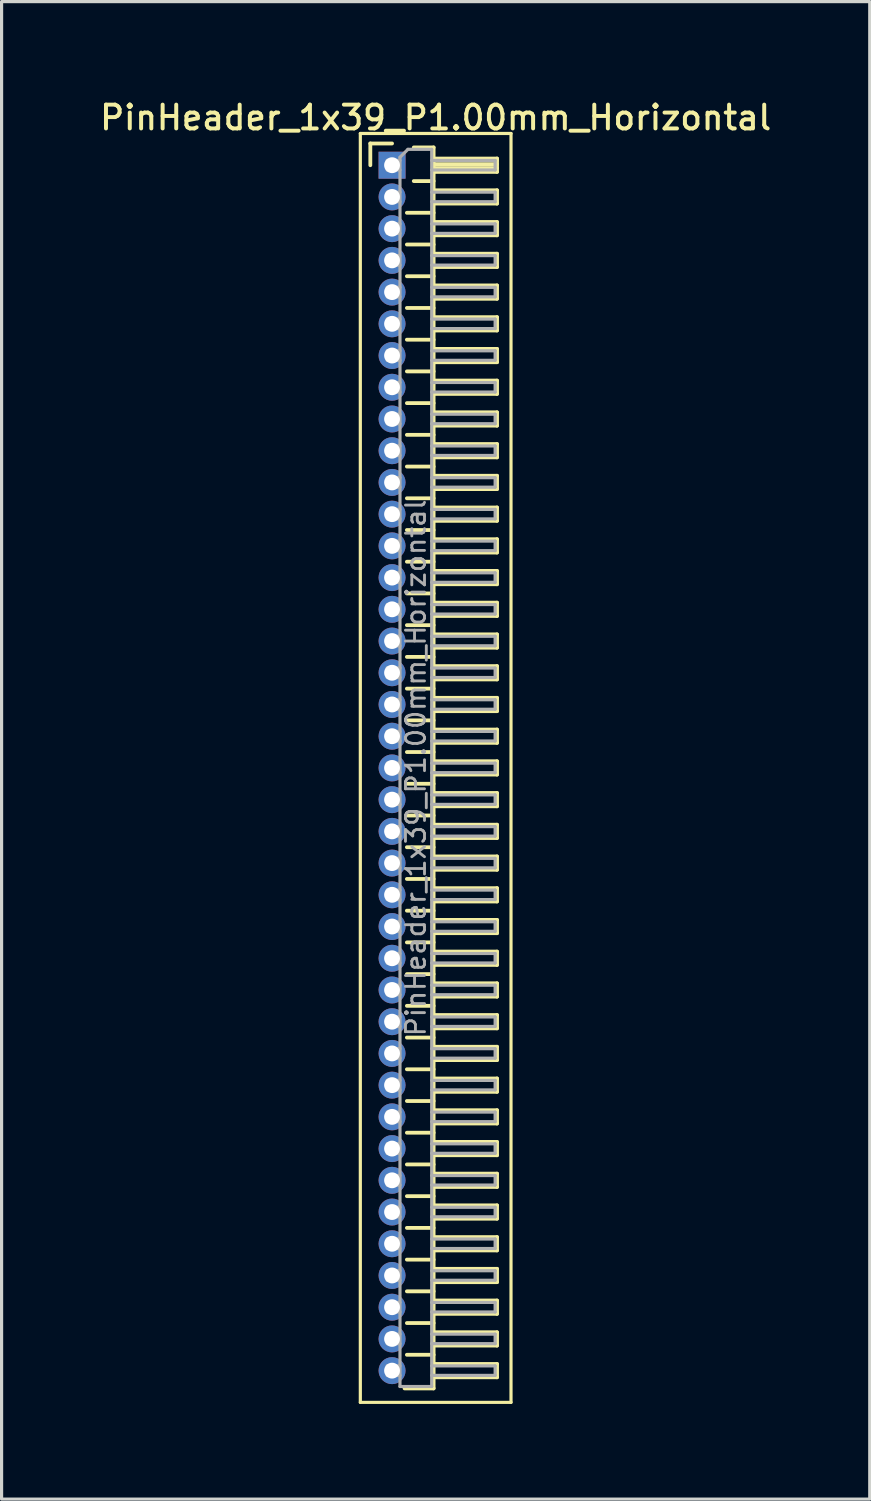
<source format=kicad_pcb>
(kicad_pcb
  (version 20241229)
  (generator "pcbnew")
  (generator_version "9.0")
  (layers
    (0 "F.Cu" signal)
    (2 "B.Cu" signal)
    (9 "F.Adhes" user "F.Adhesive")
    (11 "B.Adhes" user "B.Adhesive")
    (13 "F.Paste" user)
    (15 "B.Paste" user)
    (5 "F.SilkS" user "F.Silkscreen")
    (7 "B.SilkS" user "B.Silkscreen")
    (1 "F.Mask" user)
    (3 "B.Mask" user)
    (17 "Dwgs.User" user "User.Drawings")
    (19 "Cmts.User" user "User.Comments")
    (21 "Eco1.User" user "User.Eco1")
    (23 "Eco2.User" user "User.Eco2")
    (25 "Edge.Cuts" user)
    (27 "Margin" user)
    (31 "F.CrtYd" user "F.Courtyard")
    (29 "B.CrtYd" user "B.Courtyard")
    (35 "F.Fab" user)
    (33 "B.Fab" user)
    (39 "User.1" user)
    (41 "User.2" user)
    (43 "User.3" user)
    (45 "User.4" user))
  (footprint "PinHeader_1x39_P1.00mm_Horizontal"
    (layer "F.Cu")
    (at 9.309 2.158)
    (property "Reference" "PinHeader_1x39_P1.00mm_Horizontal" (at 1.375 -1.5 0) (layer "F.SilkS") (effects (font (size 0.75 0.75) (thickness 0.125))))
    (attr through_hole)
    (fp_line (start -1 -1) (end -1 39) (stroke (width 0.1) (type solid)) (layer "F.SilkS"))
    (fp_line (start -1 39) (end 3.75 39) (stroke (width 0.1) (type solid)) (layer "F.SilkS"))
    (fp_line (start -0.685 -0.685) (end 0 -0.685) (stroke (width 0.12) (type solid)) (layer "F.SilkS"))
    (fp_line (start -0.685 0) (end -0.685 -0.685) (stroke (width 0.12) (type solid)) (layer "F.SilkS"))
    (fp_line (start 0.468 1.5) (end 1.31 1.5) (stroke (width 0.12) (type solid)) (layer "F.SilkS"))
    (fp_line (start 0.468 2.5) (end 1.31 2.5) (stroke (width 0.12) (type solid)) (layer "F.SilkS"))
    (fp_line (start 0.468 3.5) (end 1.31 3.5) (stroke (width 0.12) (type solid)) (layer "F.SilkS"))
    (fp_line (start 0.468 4.5) (end 1.31 4.5) (stroke (width 0.12) (type solid)) (layer "F.SilkS"))
    (fp_line (start 0.468 5.5) (end 1.31 5.5) (stroke (width 0.12) (type solid)) (layer "F.SilkS"))
    (fp_line (start 0.468 6.5) (end 1.31 6.5) (stroke (width 0.12) (type solid)) (layer "F.SilkS"))
    (fp_line (start 0.468 7.5) (end 1.31 7.5) (stroke (width 0.12) (type solid)) (layer "F.SilkS"))
    (fp_line (start 0.468 8.5) (end 1.31 8.5) (stroke (width 0.12) (type solid)) (layer "F.SilkS"))
    (fp_line (start 0.468 9.5) (end 1.31 9.5) (stroke (width 0.12) (type solid)) (layer "F.SilkS"))
    (fp_line (start 0.468 10.5) (end 1.31 10.5) (stroke (width 0.12) (type solid)) (layer "F.SilkS"))
    (fp_line (start 0.468 11.5) (end 1.31 11.5) (stroke (width 0.12) (type solid)) (layer "F.SilkS"))
    (fp_line (start 0.468 12.5) (end 1.31 12.5) (stroke (width 0.12) (type solid)) (layer "F.SilkS"))
    (fp_line (start 0.468 13.5) (end 1.31 13.5) (stroke (width 0.12) (type solid)) (layer "F.SilkS"))
    (fp_line (start 0.468 14.5) (end 1.31 14.5) (stroke (width 0.12) (type solid)) (layer "F.SilkS"))
    (fp_line (start 0.468 15.5) (end 1.31 15.5) (stroke (width 0.12) (type solid)) (layer "F.SilkS"))
    (fp_line (start 0.468 16.5) (end 1.31 16.5) (stroke (width 0.12) (type solid)) (layer "F.SilkS"))
    (fp_line (start 0.468 17.5) (end 1.31 17.5) (stroke (width 0.12) (type solid)) (layer "F.SilkS"))
    (fp_line (start 0.468 18.5) (end 1.31 18.5) (stroke (width 0.12) (type solid)) (layer "F.SilkS"))
    (fp_line (start 0.468 19.5) (end 1.31 19.5) (stroke (width 0.12) (type solid)) (layer "F.SilkS"))
    (fp_line (start 0.468 20.5) (end 1.31 20.5) (stroke (width 0.12) (type solid)) (layer "F.SilkS"))
    (fp_line (start 0.468 21.5) (end 1.31 21.5) (stroke (width 0.12) (type solid)) (layer "F.SilkS"))
    (fp_line (start 0.468 22.5) (end 1.31 22.5) (stroke (width 0.12) (type solid)) (layer "F.SilkS"))
    (fp_line (start 0.468 23.5) (end 1.31 23.5) (stroke (width 0.12) (type solid)) (layer "F.SilkS"))
    (fp_line (start 0.468 24.5) (end 1.31 24.5) (stroke (width 0.12) (type solid)) (layer "F.SilkS"))
    (fp_line (start 0.468 25.5) (end 1.31 25.5) (stroke (width 0.12) (type solid)) (layer "F.SilkS"))
    (fp_line (start 0.468 26.5) (end 1.31 26.5) (stroke (width 0.12) (type solid)) (layer "F.SilkS"))
    (fp_line (start 0.468 27.5) (end 1.31 27.5) (stroke (width 0.12) (type solid)) (layer "F.SilkS"))
    (fp_line (start 0.468 28.5) (end 1.31 28.5) (stroke (width 0.12) (type solid)) (layer "F.SilkS"))
    (fp_line (start 0.468 29.5) (end 1.31 29.5) (stroke (width 0.12) (type solid)) (layer "F.SilkS"))
    (fp_line (start 0.468 30.5) (end 1.31 30.5) (stroke (width 0.12) (type solid)) (layer "F.SilkS"))
    (fp_line (start 0.468 31.5) (end 1.31 31.5) (stroke (width 0.12) (type solid)) (layer "F.SilkS"))
    (fp_line (start 0.468 32.5) (end 1.31 32.5) (stroke (width 0.12) (type solid)) (layer "F.SilkS"))
    (fp_line (start 0.468 33.5) (end 1.31 33.5) (stroke (width 0.12) (type solid)) (layer "F.SilkS"))
    (fp_line (start 0.468 34.5) (end 1.31 34.5) (stroke (width 0.12) (type solid)) (layer "F.SilkS"))
    (fp_line (start 0.468 35.5) (end 1.31 35.5) (stroke (width 0.12) (type solid)) (layer "F.SilkS"))
    (fp_line (start 0.468 36.5) (end 1.31 36.5) (stroke (width 0.12) (type solid)) (layer "F.SilkS"))
    (fp_line (start 0.468 37.5) (end 1.31 37.5) (stroke (width 0.12) (type solid)) (layer "F.SilkS"))
    (fp_line (start 0.685 -0.56) (end 1.31 -0.56) (stroke (width 0.12) (type solid)) (layer "F.SilkS"))
    (fp_line (start 0.685 0.5) (end 1.31 0.5) (stroke (width 0.12) (type solid)) (layer "F.SilkS"))
    (fp_line (start 1.31 -0.56) (end 1.31 38.56) (stroke (width 0.12) (type solid)) (layer "F.SilkS"))
    (fp_line (start 1.31 -0.21) (end 3.31 -0.21) (stroke (width 0.12) (type solid)) (layer "F.SilkS"))
    (fp_line (start 1.31 -0.15) (end 3.31 -0.15) (stroke (width 0.12) (type solid)) (layer "F.SilkS"))
    (fp_line (start 1.31 -0.03) (end 3.31 -0.03) (stroke (width 0.12) (type solid)) (layer "F.SilkS"))
    (fp_line (start 1.31 0.09) (end 3.31 0.09) (stroke (width 0.12) (type solid)) (layer "F.SilkS"))
    (fp_line (start 1.31 0.79) (end 3.31 0.79) (stroke (width 0.12) (type solid)) (layer "F.SilkS"))
    (fp_line (start 1.31 1.79) (end 3.31 1.79) (stroke (width 0.12) (type solid)) (layer "F.SilkS"))
    (fp_line (start 1.31 2.79) (end 3.31 2.79) (stroke (width 0.12) (type solid)) (layer "F.SilkS"))
    (fp_line (start 1.31 3.79) (end 3.31 3.79) (stroke (width 0.12) (type solid)) (layer "F.SilkS"))
    (fp_line (start 1.31 4.79) (end 3.31 4.79) (stroke (width 0.12) (type solid)) (layer "F.SilkS"))
    (fp_line (start 1.31 5.79) (end 3.31 5.79) (stroke (width 0.12) (type solid)) (layer "F.SilkS"))
    (fp_line (start 1.31 6.79) (end 3.31 6.79) (stroke (width 0.12) (type solid)) (layer "F.SilkS"))
    (fp_line (start 1.31 7.79) (end 3.31 7.79) (stroke (width 0.12) (type solid)) (layer "F.SilkS"))
    (fp_line (start 1.31 8.79) (end 3.31 8.79) (stroke (width 0.12) (type solid)) (layer "F.SilkS"))
    (fp_line (start 1.31 9.79) (end 3.31 9.79) (stroke (width 0.12) (type solid)) (layer "F.SilkS"))
    (fp_line (start 1.31 10.79) (end 3.31 10.79) (stroke (width 0.12) (type solid)) (layer "F.SilkS"))
    (fp_line (start 1.31 11.79) (end 3.31 11.79) (stroke (width 0.12) (type solid)) (layer "F.SilkS"))
    (fp_line (start 1.31 12.79) (end 3.31 12.79) (stroke (width 0.12) (type solid)) (layer "F.SilkS"))
    (fp_line (start 1.31 13.79) (end 3.31 13.79) (stroke (width 0.12) (type solid)) (layer "F.SilkS"))
    (fp_line (start 1.31 14.79) (end 3.31 14.79) (stroke (width 0.12) (type solid)) (layer "F.SilkS"))
    (fp_line (start 1.31 15.79) (end 3.31 15.79) (stroke (width 0.12) (type solid)) (layer "F.SilkS"))
    (fp_line (start 1.31 16.79) (end 3.31 16.79) (stroke (width 0.12) (type solid)) (layer "F.SilkS"))
    (fp_line (start 1.31 17.79) (end 3.31 17.79) (stroke (width 0.12) (type solid)) (layer "F.SilkS"))
    (fp_line (start 1.31 18.79) (end 3.31 18.79) (stroke (width 0.12) (type solid)) (layer "F.SilkS"))
    (fp_line (start 1.31 19.79) (end 3.31 19.79) (stroke (width 0.12) (type solid)) (layer "F.SilkS"))
    (fp_line (start 1.31 20.79) (end 3.31 20.79) (stroke (width 0.12) (type solid)) (layer "F.SilkS"))
    (fp_line (start 1.31 21.79) (end 3.31 21.79) (stroke (width 0.12) (type solid)) (layer "F.SilkS"))
    (fp_line (start 1.31 22.79) (end 3.31 22.79) (stroke (width 0.12) (type solid)) (layer "F.SilkS"))
    (fp_line (start 1.31 23.79) (end 3.31 23.79) (stroke (width 0.12) (type solid)) (layer "F.SilkS"))
    (fp_line (start 1.31 24.79) (end 3.31 24.79) (stroke (width 0.12) (type solid)) (layer "F.SilkS"))
    (fp_line (start 1.31 25.79) (end 3.31 25.79) (stroke (width 0.12) (type solid)) (layer "F.SilkS"))
    (fp_line (start 1.31 26.79) (end 3.31 26.79) (stroke (width 0.12) (type solid)) (layer "F.SilkS"))
    (fp_line (start 1.31 27.79) (end 3.31 27.79) (stroke (width 0.12) (type solid)) (layer "F.SilkS"))
    (fp_line (start 1.31 28.79) (end 3.31 28.79) (stroke (width 0.12) (type solid)) (layer "F.SilkS"))
    (fp_line (start 1.31 29.79) (end 3.31 29.79) (stroke (width 0.12) (type solid)) (layer "F.SilkS"))
    (fp_line (start 1.31 30.79) (end 3.31 30.79) (stroke (width 0.12) (type solid)) (layer "F.SilkS"))
    (fp_line (start 1.31 31.79) (end 3.31 31.79) (stroke (width 0.12) (type solid)) (layer "F.SilkS"))
    (fp_line (start 1.31 32.79) (end 3.31 32.79) (stroke (width 0.12) (type solid)) (layer "F.SilkS"))
    (fp_line (start 1.31 33.79) (end 3.31 33.79) (stroke (width 0.12) (type solid)) (layer "F.SilkS"))
    (fp_line (start 1.31 34.79) (end 3.31 34.79) (stroke (width 0.12) (type solid)) (layer "F.SilkS"))
    (fp_line (start 1.31 35.79) (end 3.31 35.79) (stroke (width 0.12) (type solid)) (layer "F.SilkS"))
    (fp_line (start 1.31 36.79) (end 3.31 36.79) (stroke (width 0.12) (type solid)) (layer "F.SilkS"))
    (fp_line (start 1.31 37.79) (end 3.31 37.79) (stroke (width 0.12) (type solid)) (layer "F.SilkS"))
    (fp_line (start 1.31 38.56) (end 0.394 38.56) (stroke (width 0.12) (type solid)) (layer "F.SilkS"))
    (fp_line (start 3.31 -0.21) (end 3.31 0.21) (stroke (width 0.12) (type solid)) (layer "F.SilkS"))
    (fp_line (start 3.31 0.21) (end 1.31 0.21) (stroke (width 0.12) (type solid)) (layer "F.SilkS"))
    (fp_line (start 3.31 0.79) (end 3.31 1.21) (stroke (width 0.12) (type solid)) (layer "F.SilkS"))
    (fp_line (start 3.31 1.21) (end 1.31 1.21) (stroke (width 0.12) (type solid)) (layer "F.SilkS"))
    (fp_line (start 3.31 1.79) (end 3.31 2.21) (stroke (width 0.12) (type solid)) (layer "F.SilkS"))
    (fp_line (start 3.31 2.21) (end 1.31 2.21) (stroke (width 0.12) (type solid)) (layer "F.SilkS"))
    (fp_line (start 3.31 2.79) (end 3.31 3.21) (stroke (width 0.12) (type solid)) (layer "F.SilkS"))
    (fp_line (start 3.31 3.21) (end 1.31 3.21) (stroke (width 0.12) (type solid)) (layer "F.SilkS"))
    (fp_line (start 3.31 3.79) (end 3.31 4.21) (stroke (width 0.12) (type solid)) (layer "F.SilkS"))
    (fp_line (start 3.31 4.21) (end 1.31 4.21) (stroke (width 0.12) (type solid)) (layer "F.SilkS"))
    (fp_line (start 3.31 4.79) (end 3.31 5.21) (stroke (width 0.12) (type solid)) (layer "F.SilkS"))
    (fp_line (start 3.31 5.21) (end 1.31 5.21) (stroke (width 0.12) (type solid)) (layer "F.SilkS"))
    (fp_line (start 3.31 5.79) (end 3.31 6.21) (stroke (width 0.12) (type solid)) (layer "F.SilkS"))
    (fp_line (start 3.31 6.21) (end 1.31 6.21) (stroke (width 0.12) (type solid)) (layer "F.SilkS"))
    (fp_line (start 3.31 6.79) (end 3.31 7.21) (stroke (width 0.12) (type solid)) (layer "F.SilkS"))
    (fp_line (start 3.31 7.21) (end 1.31 7.21) (stroke (width 0.12) (type solid)) (layer "F.SilkS"))
    (fp_line (start 3.31 7.79) (end 3.31 8.21) (stroke (width 0.12) (type solid)) (layer "F.SilkS"))
    (fp_line (start 3.31 8.21) (end 1.31 8.21) (stroke (width 0.12) (type solid)) (layer "F.SilkS"))
    (fp_line (start 3.31 8.79) (end 3.31 9.21) (stroke (width 0.12) (type solid)) (layer "F.SilkS"))
    (fp_line (start 3.31 9.21) (end 1.31 9.21) (stroke (width 0.12) (type solid)) (layer "F.SilkS"))
    (fp_line (start 3.31 9.79) (end 3.31 10.21) (stroke (width 0.12) (type solid)) (layer "F.SilkS"))
    (fp_line (start 3.31 10.21) (end 1.31 10.21) (stroke (width 0.12) (type solid)) (layer "F.SilkS"))
    (fp_line (start 3.31 10.79) (end 3.31 11.21) (stroke (width 0.12) (type solid)) (layer "F.SilkS"))
    (fp_line (start 3.31 11.21) (end 1.31 11.21) (stroke (width 0.12) (type solid)) (layer "F.SilkS"))
    (fp_line (start 3.31 11.79) (end 3.31 12.21) (stroke (width 0.12) (type solid)) (layer "F.SilkS"))
    (fp_line (start 3.31 12.21) (end 1.31 12.21) (stroke (width 0.12) (type solid)) (layer "F.SilkS"))
    (fp_line (start 3.31 12.79) (end 3.31 13.21) (stroke (width 0.12) (type solid)) (layer "F.SilkS"))
    (fp_line (start 3.31 13.21) (end 1.31 13.21) (stroke (width 0.12) (type solid)) (layer "F.SilkS"))
    (fp_line (start 3.31 13.79) (end 3.31 14.21) (stroke (width 0.12) (type solid)) (layer "F.SilkS"))
    (fp_line (start 3.31 14.21) (end 1.31 14.21) (stroke (width 0.12) (type solid)) (layer "F.SilkS"))
    (fp_line (start 3.31 14.79) (end 3.31 15.21) (stroke (width 0.12) (type solid)) (layer "F.SilkS"))
    (fp_line (start 3.31 15.21) (end 1.31 15.21) (stroke (width 0.12) (type solid)) (layer "F.SilkS"))
    (fp_line (start 3.31 15.79) (end 3.31 16.21) (stroke (width 0.12) (type solid)) (layer "F.SilkS"))
    (fp_line (start 3.31 16.21) (end 1.31 16.21) (stroke (width 0.12) (type solid)) (layer "F.SilkS"))
    (fp_line (start 3.31 16.79) (end 3.31 17.21) (stroke (width 0.12) (type solid)) (layer "F.SilkS"))
    (fp_line (start 3.31 17.21) (end 1.31 17.21) (stroke (width 0.12) (type solid)) (layer "F.SilkS"))
    (fp_line (start 3.31 17.79) (end 3.31 18.21) (stroke (width 0.12) (type solid)) (layer "F.SilkS"))
    (fp_line (start 3.31 18.21) (end 1.31 18.21) (stroke (width 0.12) (type solid)) (layer "F.SilkS"))
    (fp_line (start 3.31 18.79) (end 3.31 19.21) (stroke (width 0.12) (type solid)) (layer "F.SilkS"))
    (fp_line (start 3.31 19.21) (end 1.31 19.21) (stroke (width 0.12) (type solid)) (layer "F.SilkS"))
    (fp_line (start 3.31 19.79) (end 3.31 20.21) (stroke (width 0.12) (type solid)) (layer "F.SilkS"))
    (fp_line (start 3.31 20.21) (end 1.31 20.21) (stroke (width 0.12) (type solid)) (layer "F.SilkS"))
    (fp_line (start 3.31 20.79) (end 3.31 21.21) (stroke (width 0.12) (type solid)) (layer "F.SilkS"))
    (fp_line (start 3.31 21.21) (end 1.31 21.21) (stroke (width 0.12) (type solid)) (layer "F.SilkS"))
    (fp_line (start 3.31 21.79) (end 3.31 22.21) (stroke (width 0.12) (type solid)) (layer "F.SilkS"))
    (fp_line (start 3.31 22.21) (end 1.31 22.21) (stroke (width 0.12) (type solid)) (layer "F.SilkS"))
    (fp_line (start 3.31 22.79) (end 3.31 23.21) (stroke (width 0.12) (type solid)) (layer "F.SilkS"))
    (fp_line (start 3.31 23.21) (end 1.31 23.21) (stroke (width 0.12) (type solid)) (layer "F.SilkS"))
    (fp_line (start 3.31 23.79) (end 3.31 24.21) (stroke (width 0.12) (type solid)) (layer "F.SilkS"))
    (fp_line (start 3.31 24.21) (end 1.31 24.21) (stroke (width 0.12) (type solid)) (layer "F.SilkS"))
    (fp_line (start 3.31 24.79) (end 3.31 25.21) (stroke (width 0.12) (type solid)) (layer "F.SilkS"))
    (fp_line (start 3.31 25.21) (end 1.31 25.21) (stroke (width 0.12) (type solid)) (layer "F.SilkS"))
    (fp_line (start 3.31 25.79) (end 3.31 26.21) (stroke (width 0.12) (type solid)) (layer "F.SilkS"))
    (fp_line (start 3.31 26.21) (end 1.31 26.21) (stroke (width 0.12) (type solid)) (layer "F.SilkS"))
    (fp_line (start 3.31 26.79) (end 3.31 27.21) (stroke (width 0.12) (type solid)) (layer "F.SilkS"))
    (fp_line (start 3.31 27.21) (end 1.31 27.21) (stroke (width 0.12) (type solid)) (layer "F.SilkS"))
    (fp_line (start 3.31 27.79) (end 3.31 28.21) (stroke (width 0.12) (type solid)) (layer "F.SilkS"))
    (fp_line (start 3.31 28.21) (end 1.31 28.21) (stroke (width 0.12) (type solid)) (layer "F.SilkS"))
    (fp_line (start 3.31 28.79) (end 3.31 29.21) (stroke (width 0.12) (type solid)) (layer "F.SilkS"))
    (fp_line (start 3.31 29.21) (end 1.31 29.21) (stroke (width 0.12) (type solid)) (layer "F.SilkS"))
    (fp_line (start 3.31 29.79) (end 3.31 30.21) (stroke (width 0.12) (type solid)) (layer "F.SilkS"))
    (fp_line (start 3.31 30.21) (end 1.31 30.21) (stroke (width 0.12) (type solid)) (layer "F.SilkS"))
    (fp_line (start 3.31 30.79) (end 3.31 31.21) (stroke (width 0.12) (type solid)) (layer "F.SilkS"))
    (fp_line (start 3.31 31.21) (end 1.31 31.21) (stroke (width 0.12) (type solid)) (layer "F.SilkS"))
    (fp_line (start 3.31 31.79) (end 3.31 32.21) (stroke (width 0.12) (type solid)) (layer "F.SilkS"))
    (fp_line (start 3.31 32.21) (end 1.31 32.21) (stroke (width 0.12) (type solid)) (layer "F.SilkS"))
    (fp_line (start 3.31 32.79) (end 3.31 33.21) (stroke (width 0.12) (type solid)) (layer "F.SilkS"))
    (fp_line (start 3.31 33.21) (end 1.31 33.21) (stroke (width 0.12) (type solid)) (layer "F.SilkS"))
    (fp_line (start 3.31 33.79) (end 3.31 34.21) (stroke (width 0.12) (type solid)) (layer "F.SilkS"))
    (fp_line (start 3.31 34.21) (end 1.31 34.21) (stroke (width 0.12) (type solid)) (layer "F.SilkS"))
    (fp_line (start 3.31 34.79) (end 3.31 35.21) (stroke (width 0.12) (type solid)) (layer "F.SilkS"))
    (fp_line (start 3.31 35.21) (end 1.31 35.21) (stroke (width 0.12) (type solid)) (layer "F.SilkS"))
    (fp_line (start 3.31 35.79) (end 3.31 36.21) (stroke (width 0.12) (type solid)) (layer "F.SilkS"))
    (fp_line (start 3.31 36.21) (end 1.31 36.21) (stroke (width 0.12) (type solid)) (layer "F.SilkS"))
    (fp_line (start 3.31 36.79) (end 3.31 37.21) (stroke (width 0.12) (type solid)) (layer "F.SilkS"))
    (fp_line (start 3.31 37.21) (end 1.31 37.21) (stroke (width 0.12) (type solid)) (layer "F.SilkS"))
    (fp_line (start 3.31 37.79) (end 3.31 38.21) (stroke (width 0.12) (type solid)) (layer "F.SilkS"))
    (fp_line (start 3.31 38.21) (end 1.31 38.21) (stroke (width 0.12) (type solid)) (layer "F.SilkS"))
    (fp_line (start 3.75 -1) (end -1 -1) (stroke (width 0.1) (type solid)) (layer "F.SilkS"))
    (fp_line (start 3.75 39) (end 3.75 -1) (stroke (width 0.1) (type solid)) (layer "F.SilkS"))
    (fp_line (start -0.15 -0.15) (end -0.15 0.15) (stroke (width 0.1) (type solid)) (layer "F.Fab"))
    (fp_line (start -0.15 -0.15) (end 0.25 -0.15) (stroke (width 0.1) (type solid)) (layer "F.Fab"))
    (fp_line (start -0.15 0.15) (end 0.25 0.15) (stroke (width 0.1) (type solid)) (layer "F.Fab"))
    (fp_line (start -0.15 0.85) (end -0.15 1.15) (stroke (width 0.1) (type solid)) (layer "F.Fab"))
    (fp_line (start -0.15 0.85) (end 0.25 0.85) (stroke (width 0.1) (type solid)) (layer "F.Fab"))
    (fp_line (start -0.15 1.15) (end 0.25 1.15) (stroke (width 0.1) (type solid)) (layer "F.Fab"))
    (fp_line (start -0.15 1.85) (end -0.15 2.15) (stroke (width 0.1) (type solid)) (layer "F.Fab"))
    (fp_line (start -0.15 1.85) (end 0.25 1.85) (stroke (width 0.1) (type solid)) (layer "F.Fab"))
    (fp_line (start -0.15 2.15) (end 0.25 2.15) (stroke (width 0.1) (type solid)) (layer "F.Fab"))
    (fp_line (start -0.15 2.85) (end -0.15 3.15) (stroke (width 0.1) (type solid)) (layer "F.Fab"))
    (fp_line (start -0.15 2.85) (end 0.25 2.85) (stroke (width 0.1) (type solid)) (layer "F.Fab"))
    (fp_line (start -0.15 3.15) (end 0.25 3.15) (stroke (width 0.1) (type solid)) (layer "F.Fab"))
    (fp_line (start -0.15 3.85) (end -0.15 4.15) (stroke (width 0.1) (type solid)) (layer "F.Fab"))
    (fp_line (start -0.15 3.85) (end 0.25 3.85) (stroke (width 0.1) (type solid)) (layer "F.Fab"))
    (fp_line (start -0.15 4.15) (end 0.25 4.15) (stroke (width 0.1) (type solid)) (layer "F.Fab"))
    (fp_line (start -0.15 4.85) (end -0.15 5.15) (stroke (width 0.1) (type solid)) (layer "F.Fab"))
    (fp_line (start -0.15 4.85) (end 0.25 4.85) (stroke (width 0.1) (type solid)) (layer "F.Fab"))
    (fp_line (start -0.15 5.15) (end 0.25 5.15) (stroke (width 0.1) (type solid)) (layer "F.Fab"))
    (fp_line (start -0.15 5.85) (end -0.15 6.15) (stroke (width 0.1) (type solid)) (layer "F.Fab"))
    (fp_line (start -0.15 5.85) (end 0.25 5.85) (stroke (width 0.1) (type solid)) (layer "F.Fab"))
    (fp_line (start -0.15 6.15) (end 0.25 6.15) (stroke (width 0.1) (type solid)) (layer "F.Fab"))
    (fp_line (start -0.15 6.85) (end -0.15 7.15) (stroke (width 0.1) (type solid)) (layer "F.Fab"))
    (fp_line (start -0.15 6.85) (end 0.25 6.85) (stroke (width 0.1) (type solid)) (layer "F.Fab"))
    (fp_line (start -0.15 7.15) (end 0.25 7.15) (stroke (width 0.1) (type solid)) (layer "F.Fab"))
    (fp_line (start -0.15 7.85) (end -0.15 8.15) (stroke (width 0.1) (type solid)) (layer "F.Fab"))
    (fp_line (start -0.15 7.85) (end 0.25 7.85) (stroke (width 0.1) (type solid)) (layer "F.Fab"))
    (fp_line (start -0.15 8.15) (end 0.25 8.15) (stroke (width 0.1) (type solid)) (layer "F.Fab"))
    (fp_line (start -0.15 8.85) (end -0.15 9.15) (stroke (width 0.1) (type solid)) (layer "F.Fab"))
    (fp_line (start -0.15 8.85) (end 0.25 8.85) (stroke (width 0.1) (type solid)) (layer "F.Fab"))
    (fp_line (start -0.15 9.15) (end 0.25 9.15) (stroke (width 0.1) (type solid)) (layer "F.Fab"))
    (fp_line (start -0.15 9.85) (end -0.15 10.15) (stroke (width 0.1) (type solid)) (layer "F.Fab"))
    (fp_line (start -0.15 9.85) (end 0.25 9.85) (stroke (width 0.1) (type solid)) (layer "F.Fab"))
    (fp_line (start -0.15 10.15) (end 0.25 10.15) (stroke (width 0.1) (type solid)) (layer "F.Fab"))
    (fp_line (start -0.15 10.85) (end -0.15 11.15) (stroke (width 0.1) (type solid)) (layer "F.Fab"))
    (fp_line (start -0.15 10.85) (end 0.25 10.85) (stroke (width 0.1) (type solid)) (layer "F.Fab"))
    (fp_line (start -0.15 11.15) (end 0.25 11.15) (stroke (width 0.1) (type solid)) (layer "F.Fab"))
    (fp_line (start -0.15 11.85) (end -0.15 12.15) (stroke (width 0.1) (type solid)) (layer "F.Fab"))
    (fp_line (start -0.15 11.85) (end 0.25 11.85) (stroke (width 0.1) (type solid)) (layer "F.Fab"))
    (fp_line (start -0.15 12.15) (end 0.25 12.15) (stroke (width 0.1) (type solid)) (layer "F.Fab"))
    (fp_line (start -0.15 12.85) (end -0.15 13.15) (stroke (width 0.1) (type solid)) (layer "F.Fab"))
    (fp_line (start -0.15 12.85) (end 0.25 12.85) (stroke (width 0.1) (type solid)) (layer "F.Fab"))
    (fp_line (start -0.15 13.15) (end 0.25 13.15) (stroke (width 0.1) (type solid)) (layer "F.Fab"))
    (fp_line (start -0.15 13.85) (end -0.15 14.15) (stroke (width 0.1) (type solid)) (layer "F.Fab"))
    (fp_line (start -0.15 13.85) (end 0.25 13.85) (stroke (width 0.1) (type solid)) (layer "F.Fab"))
    (fp_line (start -0.15 14.15) (end 0.25 14.15) (stroke (width 0.1) (type solid)) (layer "F.Fab"))
    (fp_line (start -0.15 14.85) (end -0.15 15.15) (stroke (width 0.1) (type solid)) (layer "F.Fab"))
    (fp_line (start -0.15 14.85) (end 0.25 14.85) (stroke (width 0.1) (type solid)) (layer "F.Fab"))
    (fp_line (start -0.15 15.15) (end 0.25 15.15) (stroke (width 0.1) (type solid)) (layer "F.Fab"))
    (fp_line (start -0.15 15.85) (end -0.15 16.15) (stroke (width 0.1) (type solid)) (layer "F.Fab"))
    (fp_line (start -0.15 15.85) (end 0.25 15.85) (stroke (width 0.1) (type solid)) (layer "F.Fab"))
    (fp_line (start -0.15 16.15) (end 0.25 16.15) (stroke (width 0.1) (type solid)) (layer "F.Fab"))
    (fp_line (start -0.15 16.85) (end -0.15 17.15) (stroke (width 0.1) (type solid)) (layer "F.Fab"))
    (fp_line (start -0.15 16.85) (end 0.25 16.85) (stroke (width 0.1) (type solid)) (layer "F.Fab"))
    (fp_line (start -0.15 17.15) (end 0.25 17.15) (stroke (width 0.1) (type solid)) (layer "F.Fab"))
    (fp_line (start -0.15 17.85) (end -0.15 18.15) (stroke (width 0.1) (type solid)) (layer "F.Fab"))
    (fp_line (start -0.15 17.85) (end 0.25 17.85) (stroke (width 0.1) (type solid)) (layer "F.Fab"))
    (fp_line (start -0.15 18.15) (end 0.25 18.15) (stroke (width 0.1) (type solid)) (layer "F.Fab"))
    (fp_line (start -0.15 18.85) (end -0.15 19.15) (stroke (width 0.1) (type solid)) (layer "F.Fab"))
    (fp_line (start -0.15 18.85) (end 0.25 18.85) (stroke (width 0.1) (type solid)) (layer "F.Fab"))
    (fp_line (start -0.15 19.15) (end 0.25 19.15) (stroke (width 0.1) (type solid)) (layer "F.Fab"))
    (fp_line (start -0.15 19.85) (end -0.15 20.15) (stroke (width 0.1) (type solid)) (layer "F.Fab"))
    (fp_line (start -0.15 19.85) (end 0.25 19.85) (stroke (width 0.1) (type solid)) (layer "F.Fab"))
    (fp_line (start -0.15 20.15) (end 0.25 20.15) (stroke (width 0.1) (type solid)) (layer "F.Fab"))
    (fp_line (start -0.15 20.85) (end -0.15 21.15) (stroke (width 0.1) (type solid)) (layer "F.Fab"))
    (fp_line (start -0.15 20.85) (end 0.25 20.85) (stroke (width 0.1) (type solid)) (layer "F.Fab"))
    (fp_line (start -0.15 21.15) (end 0.25 21.15) (stroke (width 0.1) (type solid)) (layer "F.Fab"))
    (fp_line (start -0.15 21.85) (end -0.15 22.15) (stroke (width 0.1) (type solid)) (layer "F.Fab"))
    (fp_line (start -0.15 21.85) (end 0.25 21.85) (stroke (width 0.1) (type solid)) (layer "F.Fab"))
    (fp_line (start -0.15 22.15) (end 0.25 22.15) (stroke (width 0.1) (type solid)) (layer "F.Fab"))
    (fp_line (start -0.15 22.85) (end -0.15 23.15) (stroke (width 0.1) (type solid)) (layer "F.Fab"))
    (fp_line (start -0.15 22.85) (end 0.25 22.85) (stroke (width 0.1) (type solid)) (layer "F.Fab"))
    (fp_line (start -0.15 23.15) (end 0.25 23.15) (stroke (width 0.1) (type solid)) (layer "F.Fab"))
    (fp_line (start -0.15 23.85) (end -0.15 24.15) (stroke (width 0.1) (type solid)) (layer "F.Fab"))
    (fp_line (start -0.15 23.85) (end 0.25 23.85) (stroke (width 0.1) (type solid)) (layer "F.Fab"))
    (fp_line (start -0.15 24.15) (end 0.25 24.15) (stroke (width 0.1) (type solid)) (layer "F.Fab"))
    (fp_line (start -0.15 24.85) (end -0.15 25.15) (stroke (width 0.1) (type solid)) (layer "F.Fab"))
    (fp_line (start -0.15 24.85) (end 0.25 24.85) (stroke (width 0.1) (type solid)) (layer "F.Fab"))
    (fp_line (start -0.15 25.15) (end 0.25 25.15) (stroke (width 0.1) (type solid)) (layer "F.Fab"))
    (fp_line (start -0.15 25.85) (end -0.15 26.15) (stroke (width 0.1) (type solid)) (layer "F.Fab"))
    (fp_line (start -0.15 25.85) (end 0.25 25.85) (stroke (width 0.1) (type solid)) (layer "F.Fab"))
    (fp_line (start -0.15 26.15) (end 0.25 26.15) (stroke (width 0.1) (type solid)) (layer "F.Fab"))
    (fp_line (start -0.15 26.85) (end -0.15 27.15) (stroke (width 0.1) (type solid)) (layer "F.Fab"))
    (fp_line (start -0.15 26.85) (end 0.25 26.85) (stroke (width 0.1) (type solid)) (layer "F.Fab"))
    (fp_line (start -0.15 27.15) (end 0.25 27.15) (stroke (width 0.1) (type solid)) (layer "F.Fab"))
    (fp_line (start -0.15 27.85) (end -0.15 28.15) (stroke (width 0.1) (type solid)) (layer "F.Fab"))
    (fp_line (start -0.15 27.85) (end 0.25 27.85) (stroke (width 0.1) (type solid)) (layer "F.Fab"))
    (fp_line (start -0.15 28.15) (end 0.25 28.15) (stroke (width 0.1) (type solid)) (layer "F.Fab"))
    (fp_line (start -0.15 28.85) (end -0.15 29.15) (stroke (width 0.1) (type solid)) (layer "F.Fab"))
    (fp_line (start -0.15 28.85) (end 0.25 28.85) (stroke (width 0.1) (type solid)) (layer "F.Fab"))
    (fp_line (start -0.15 29.15) (end 0.25 29.15) (stroke (width 0.1) (type solid)) (layer "F.Fab"))
    (fp_line (start -0.15 29.85) (end -0.15 30.15) (stroke (width 0.1) (type solid)) (layer "F.Fab"))
    (fp_line (start -0.15 29.85) (end 0.25 29.85) (stroke (width 0.1) (type solid)) (layer "F.Fab"))
    (fp_line (start -0.15 30.15) (end 0.25 30.15) (stroke (width 0.1) (type solid)) (layer "F.Fab"))
    (fp_line (start -0.15 30.85) (end -0.15 31.15) (stroke (width 0.1) (type solid)) (layer "F.Fab"))
    (fp_line (start -0.15 30.85) (end 0.25 30.85) (stroke (width 0.1) (type solid)) (layer "F.Fab"))
    (fp_line (start -0.15 31.15) (end 0.25 31.15) (stroke (width 0.1) (type solid)) (layer "F.Fab"))
    (fp_line (start -0.15 31.85) (end -0.15 32.15) (stroke (width 0.1) (type solid)) (layer "F.Fab"))
    (fp_line (start -0.15 31.85) (end 0.25 31.85) (stroke (width 0.1) (type solid)) (layer "F.Fab"))
    (fp_line (start -0.15 32.15) (end 0.25 32.15) (stroke (width 0.1) (type solid)) (layer "F.Fab"))
    (fp_line (start -0.15 32.85) (end -0.15 33.15) (stroke (width 0.1) (type solid)) (layer "F.Fab"))
    (fp_line (start -0.15 32.85) (end 0.25 32.85) (stroke (width 0.1) (type solid)) (layer "F.Fab"))
    (fp_line (start -0.15 33.15) (end 0.25 33.15) (stroke (width 0.1) (type solid)) (layer "F.Fab"))
    (fp_line (start -0.15 33.85) (end -0.15 34.15) (stroke (width 0.1) (type solid)) (layer "F.Fab"))
    (fp_line (start -0.15 33.85) (end 0.25 33.85) (stroke (width 0.1) (type solid)) (layer "F.Fab"))
    (fp_line (start -0.15 34.15) (end 0.25 34.15) (stroke (width 0.1) (type solid)) (layer "F.Fab"))
    (fp_line (start -0.15 34.85) (end -0.15 35.15) (stroke (width 0.1) (type solid)) (layer "F.Fab"))
    (fp_line (start -0.15 34.85) (end 0.25 34.85) (stroke (width 0.1) (type solid)) (layer "F.Fab"))
    (fp_line (start -0.15 35.15) (end 0.25 35.15) (stroke (width 0.1) (type solid)) (layer "F.Fab"))
    (fp_line (start -0.15 35.85) (end -0.15 36.15) (stroke (width 0.1) (type solid)) (layer "F.Fab"))
    (fp_line (start -0.15 35.85) (end 0.25 35.85) (stroke (width 0.1) (type solid)) (layer "F.Fab"))
    (fp_line (start -0.15 36.15) (end 0.25 36.15) (stroke (width 0.1) (type solid)) (layer "F.Fab"))
    (fp_line (start -0.15 36.85) (end -0.15 37.15) (stroke (width 0.1) (type solid)) (layer "F.Fab"))
    (fp_line (start -0.15 36.85) (end 0.25 36.85) (stroke (width 0.1) (type solid)) (layer "F.Fab"))
    (fp_line (start -0.15 37.15) (end 0.25 37.15) (stroke (width 0.1) (type solid)) (layer "F.Fab"))
    (fp_line (start -0.15 37.85) (end -0.15 38.15) (stroke (width 0.1) (type solid)) (layer "F.Fab"))
    (fp_line (start -0.15 37.85) (end 0.25 37.85) (stroke (width 0.1) (type solid)) (layer "F.Fab"))
    (fp_line (start -0.15 38.15) (end 0.25 38.15) (stroke (width 0.1) (type solid)) (layer "F.Fab"))
    (fp_line (start 0.25 -0.25) (end 0.5 -0.5) (stroke (width 0.1) (type solid)) (layer "F.Fab"))
    (fp_line (start 0.25 38.5) (end 0.25 -0.25) (stroke (width 0.1) (type solid)) (layer "F.Fab"))
    (fp_line (start 0.5 -0.5) (end 1.25 -0.5) (stroke (width 0.1) (type solid)) (layer "F.Fab"))
    (fp_line (start 1.25 -0.5) (end 1.25 38.5) (stroke (width 0.1) (type solid)) (layer "F.Fab"))
    (fp_line (start 1.25 -0.15) (end 3.25 -0.15) (stroke (width 0.1) (type solid)) (layer "F.Fab"))
    (fp_line (start 1.25 0.15) (end 3.25 0.15) (stroke (width 0.1) (type solid)) (layer "F.Fab"))
    (fp_line (start 1.25 0.85) (end 3.25 0.85) (stroke (width 0.1) (type solid)) (layer "F.Fab"))
    (fp_line (start 1.25 1.15) (end 3.25 1.15) (stroke (width 0.1) (type solid)) (layer "F.Fab"))
    (fp_line (start 1.25 1.85) (end 3.25 1.85) (stroke (width 0.1) (type solid)) (layer "F.Fab"))
    (fp_line (start 1.25 2.15) (end 3.25 2.15) (stroke (width 0.1) (type solid)) (layer "F.Fab"))
    (fp_line (start 1.25 2.85) (end 3.25 2.85) (stroke (width 0.1) (type solid)) (layer "F.Fab"))
    (fp_line (start 1.25 3.15) (end 3.25 3.15) (stroke (width 0.1) (type solid)) (layer "F.Fab"))
    (fp_line (start 1.25 3.85) (end 3.25 3.85) (stroke (width 0.1) (type solid)) (layer "F.Fab"))
    (fp_line (start 1.25 4.15) (end 3.25 4.15) (stroke (width 0.1) (type solid)) (layer "F.Fab"))
    (fp_line (start 1.25 4.85) (end 3.25 4.85) (stroke (width 0.1) (type solid)) (layer "F.Fab"))
    (fp_line (start 1.25 5.15) (end 3.25 5.15) (stroke (width 0.1) (type solid)) (layer "F.Fab"))
    (fp_line (start 1.25 5.85) (end 3.25 5.85) (stroke (width 0.1) (type solid)) (layer "F.Fab"))
    (fp_line (start 1.25 6.15) (end 3.25 6.15) (stroke (width 0.1) (type solid)) (layer "F.Fab"))
    (fp_line (start 1.25 6.85) (end 3.25 6.85) (stroke (width 0.1) (type solid)) (layer "F.Fab"))
    (fp_line (start 1.25 7.15) (end 3.25 7.15) (stroke (width 0.1) (type solid)) (layer "F.Fab"))
    (fp_line (start 1.25 7.85) (end 3.25 7.85) (stroke (width 0.1) (type solid)) (layer "F.Fab"))
    (fp_line (start 1.25 8.15) (end 3.25 8.15) (stroke (width 0.1) (type solid)) (layer "F.Fab"))
    (fp_line (start 1.25 8.85) (end 3.25 8.85) (stroke (width 0.1) (type solid)) (layer "F.Fab"))
    (fp_line (start 1.25 9.15) (end 3.25 9.15) (stroke (width 0.1) (type solid)) (layer "F.Fab"))
    (fp_line (start 1.25 9.85) (end 3.25 9.85) (stroke (width 0.1) (type solid)) (layer "F.Fab"))
    (fp_line (start 1.25 10.15) (end 3.25 10.15) (stroke (width 0.1) (type solid)) (layer "F.Fab"))
    (fp_line (start 1.25 10.85) (end 3.25 10.85) (stroke (width 0.1) (type solid)) (layer "F.Fab"))
    (fp_line (start 1.25 11.15) (end 3.25 11.15) (stroke (width 0.1) (type solid)) (layer "F.Fab"))
    (fp_line (start 1.25 11.85) (end 3.25 11.85) (stroke (width 0.1) (type solid)) (layer "F.Fab"))
    (fp_line (start 1.25 12.15) (end 3.25 12.15) (stroke (width 0.1) (type solid)) (layer "F.Fab"))
    (fp_line (start 1.25 12.85) (end 3.25 12.85) (stroke (width 0.1) (type solid)) (layer "F.Fab"))
    (fp_line (start 1.25 13.15) (end 3.25 13.15) (stroke (width 0.1) (type solid)) (layer "F.Fab"))
    (fp_line (start 1.25 13.85) (end 3.25 13.85) (stroke (width 0.1) (type solid)) (layer "F.Fab"))
    (fp_line (start 1.25 14.15) (end 3.25 14.15) (stroke (width 0.1) (type solid)) (layer "F.Fab"))
    (fp_line (start 1.25 14.85) (end 3.25 14.85) (stroke (width 0.1) (type solid)) (layer "F.Fab"))
    (fp_line (start 1.25 15.15) (end 3.25 15.15) (stroke (width 0.1) (type solid)) (layer "F.Fab"))
    (fp_line (start 1.25 15.85) (end 3.25 15.85) (stroke (width 0.1) (type solid)) (layer "F.Fab"))
    (fp_line (start 1.25 16.15) (end 3.25 16.15) (stroke (width 0.1) (type solid)) (layer "F.Fab"))
    (fp_line (start 1.25 16.85) (end 3.25 16.85) (stroke (width 0.1) (type solid)) (layer "F.Fab"))
    (fp_line (start 1.25 17.15) (end 3.25 17.15) (stroke (width 0.1) (type solid)) (layer "F.Fab"))
    (fp_line (start 1.25 17.85) (end 3.25 17.85) (stroke (width 0.1) (type solid)) (layer "F.Fab"))
    (fp_line (start 1.25 18.15) (end 3.25 18.15) (stroke (width 0.1) (type solid)) (layer "F.Fab"))
    (fp_line (start 1.25 18.85) (end 3.25 18.85) (stroke (width 0.1) (type solid)) (layer "F.Fab"))
    (fp_line (start 1.25 19.15) (end 3.25 19.15) (stroke (width 0.1) (type solid)) (layer "F.Fab"))
    (fp_line (start 1.25 19.85) (end 3.25 19.85) (stroke (width 0.1) (type solid)) (layer "F.Fab"))
    (fp_line (start 1.25 20.15) (end 3.25 20.15) (stroke (width 0.1) (type solid)) (layer "F.Fab"))
    (fp_line (start 1.25 20.85) (end 3.25 20.85) (stroke (width 0.1) (type solid)) (layer "F.Fab"))
    (fp_line (start 1.25 21.15) (end 3.25 21.15) (stroke (width 0.1) (type solid)) (layer "F.Fab"))
    (fp_line (start 1.25 21.85) (end 3.25 21.85) (stroke (width 0.1) (type solid)) (layer "F.Fab"))
    (fp_line (start 1.25 22.15) (end 3.25 22.15) (stroke (width 0.1) (type solid)) (layer "F.Fab"))
    (fp_line (start 1.25 22.85) (end 3.25 22.85) (stroke (width 0.1) (type solid)) (layer "F.Fab"))
    (fp_line (start 1.25 23.15) (end 3.25 23.15) (stroke (width 0.1) (type solid)) (layer "F.Fab"))
    (fp_line (start 1.25 23.85) (end 3.25 23.85) (stroke (width 0.1) (type solid)) (layer "F.Fab"))
    (fp_line (start 1.25 24.15) (end 3.25 24.15) (stroke (width 0.1) (type solid)) (layer "F.Fab"))
    (fp_line (start 1.25 24.85) (end 3.25 24.85) (stroke (width 0.1) (type solid)) (layer "F.Fab"))
    (fp_line (start 1.25 25.15) (end 3.25 25.15) (stroke (width 0.1) (type solid)) (layer "F.Fab"))
    (fp_line (start 1.25 25.85) (end 3.25 25.85) (stroke (width 0.1) (type solid)) (layer "F.Fab"))
    (fp_line (start 1.25 26.15) (end 3.25 26.15) (stroke (width 0.1) (type solid)) (layer "F.Fab"))
    (fp_line (start 1.25 26.85) (end 3.25 26.85) (stroke (width 0.1) (type solid)) (layer "F.Fab"))
    (fp_line (start 1.25 27.15) (end 3.25 27.15) (stroke (width 0.1) (type solid)) (layer "F.Fab"))
    (fp_line (start 1.25 27.85) (end 3.25 27.85) (stroke (width 0.1) (type solid)) (layer "F.Fab"))
    (fp_line (start 1.25 28.15) (end 3.25 28.15) (stroke (width 0.1) (type solid)) (layer "F.Fab"))
    (fp_line (start 1.25 28.85) (end 3.25 28.85) (stroke (width 0.1) (type solid)) (layer "F.Fab"))
    (fp_line (start 1.25 29.15) (end 3.25 29.15) (stroke (width 0.1) (type solid)) (layer "F.Fab"))
    (fp_line (start 1.25 29.85) (end 3.25 29.85) (stroke (width 0.1) (type solid)) (layer "F.Fab"))
    (fp_line (start 1.25 30.15) (end 3.25 30.15) (stroke (width 0.1) (type solid)) (layer "F.Fab"))
    (fp_line (start 1.25 30.85) (end 3.25 30.85) (stroke (width 0.1) (type solid)) (layer "F.Fab"))
    (fp_line (start 1.25 31.15) (end 3.25 31.15) (stroke (width 0.1) (type solid)) (layer "F.Fab"))
    (fp_line (start 1.25 31.85) (end 3.25 31.85) (stroke (width 0.1) (type solid)) (layer "F.Fab"))
    (fp_line (start 1.25 32.15) (end 3.25 32.15) (stroke (width 0.1) (type solid)) (layer "F.Fab"))
    (fp_line (start 1.25 32.85) (end 3.25 32.85) (stroke (width 0.1) (type solid)) (layer "F.Fab"))
    (fp_line (start 1.25 33.15) (end 3.25 33.15) (stroke (width 0.1) (type solid)) (layer "F.Fab"))
    (fp_line (start 1.25 33.85) (end 3.25 33.85) (stroke (width 0.1) (type solid)) (layer "F.Fab"))
    (fp_line (start 1.25 34.15) (end 3.25 34.15) (stroke (width 0.1) (type solid)) (layer "F.Fab"))
    (fp_line (start 1.25 34.85) (end 3.25 34.85) (stroke (width 0.1) (type solid)) (layer "F.Fab"))
    (fp_line (start 1.25 35.15) (end 3.25 35.15) (stroke (width 0.1) (type solid)) (layer "F.Fab"))
    (fp_line (start 1.25 35.85) (end 3.25 35.85) (stroke (width 0.1) (type solid)) (layer "F.Fab"))
    (fp_line (start 1.25 36.15) (end 3.25 36.15) (stroke (width 0.1) (type solid)) (layer "F.Fab"))
    (fp_line (start 1.25 36.85) (end 3.25 36.85) (stroke (width 0.1) (type solid)) (layer "F.Fab"))
    (fp_line (start 1.25 37.15) (end 3.25 37.15) (stroke (width 0.1) (type solid)) (layer "F.Fab"))
    (fp_line (start 1.25 37.85) (end 3.25 37.85) (stroke (width 0.1) (type solid)) (layer "F.Fab"))
    (fp_line (start 1.25 38.15) (end 3.25 38.15) (stroke (width 0.1) (type solid)) (layer "F.Fab"))
    (fp_line (start 1.25 38.5) (end 0.25 38.5) (stroke (width 0.1) (type solid)) (layer "F.Fab"))
    (fp_line (start 3.25 -0.15) (end 3.25 0.15) (stroke (width 0.1) (type solid)) (layer "F.Fab"))
    (fp_line (start 3.25 0.85) (end 3.25 1.15) (stroke (width 0.1) (type solid)) (layer "F.Fab"))
    (fp_line (start 3.25 1.85) (end 3.25 2.15) (stroke (width 0.1) (type solid)) (layer "F.Fab"))
    (fp_line (start 3.25 2.85) (end 3.25 3.15) (stroke (width 0.1) (type solid)) (layer "F.Fab"))
    (fp_line (start 3.25 3.85) (end 3.25 4.15) (stroke (width 0.1) (type solid)) (layer "F.Fab"))
    (fp_line (start 3.25 4.85) (end 3.25 5.15) (stroke (width 0.1) (type solid)) (layer "F.Fab"))
    (fp_line (start 3.25 5.85) (end 3.25 6.15) (stroke (width 0.1) (type solid)) (layer "F.Fab"))
    (fp_line (start 3.25 6.85) (end 3.25 7.15) (stroke (width 0.1) (type solid)) (layer "F.Fab"))
    (fp_line (start 3.25 7.85) (end 3.25 8.15) (stroke (width 0.1) (type solid)) (layer "F.Fab"))
    (fp_line (start 3.25 8.85) (end 3.25 9.15) (stroke (width 0.1) (type solid)) (layer "F.Fab"))
    (fp_line (start 3.25 9.85) (end 3.25 10.15) (stroke (width 0.1) (type solid)) (layer "F.Fab"))
    (fp_line (start 3.25 10.85) (end 3.25 11.15) (stroke (width 0.1) (type solid)) (layer "F.Fab"))
    (fp_line (start 3.25 11.85) (end 3.25 12.15) (stroke (width 0.1) (type solid)) (layer "F.Fab"))
    (fp_line (start 3.25 12.85) (end 3.25 13.15) (stroke (width 0.1) (type solid)) (layer "F.Fab"))
    (fp_line (start 3.25 13.85) (end 3.25 14.15) (stroke (width 0.1) (type solid)) (layer "F.Fab"))
    (fp_line (start 3.25 14.85) (end 3.25 15.15) (stroke (width 0.1) (type solid)) (layer "F.Fab"))
    (fp_line (start 3.25 15.85) (end 3.25 16.15) (stroke (width 0.1) (type solid)) (layer "F.Fab"))
    (fp_line (start 3.25 16.85) (end 3.25 17.15) (stroke (width 0.1) (type solid)) (layer "F.Fab"))
    (fp_line (start 3.25 17.85) (end 3.25 18.15) (stroke (width 0.1) (type solid)) (layer "F.Fab"))
    (fp_line (start 3.25 18.85) (end 3.25 19.15) (stroke (width 0.1) (type solid)) (layer "F.Fab"))
    (fp_line (start 3.25 19.85) (end 3.25 20.15) (stroke (width 0.1) (type solid)) (layer "F.Fab"))
    (fp_line (start 3.25 20.85) (end 3.25 21.15) (stroke (width 0.1) (type solid)) (layer "F.Fab"))
    (fp_line (start 3.25 21.85) (end 3.25 22.15) (stroke (width 0.1) (type solid)) (layer "F.Fab"))
    (fp_line (start 3.25 22.85) (end 3.25 23.15) (stroke (width 0.1) (type solid)) (layer "F.Fab"))
    (fp_line (start 3.25 23.85) (end 3.25 24.15) (stroke (width 0.1) (type solid)) (layer "F.Fab"))
    (fp_line (start 3.25 24.85) (end 3.25 25.15) (stroke (width 0.1) (type solid)) (layer "F.Fab"))
    (fp_line (start 3.25 25.85) (end 3.25 26.15) (stroke (width 0.1) (type solid)) (layer "F.Fab"))
    (fp_line (start 3.25 26.85) (end 3.25 27.15) (stroke (width 0.1) (type solid)) (layer "F.Fab"))
    (fp_line (start 3.25 27.85) (end 3.25 28.15) (stroke (width 0.1) (type solid)) (layer "F.Fab"))
    (fp_line (start 3.25 28.85) (end 3.25 29.15) (stroke (width 0.1) (type solid)) (layer "F.Fab"))
    (fp_line (start 3.25 29.85) (end 3.25 30.15) (stroke (width 0.1) (type solid)) (layer "F.Fab"))
    (fp_line (start 3.25 30.85) (end 3.25 31.15) (stroke (width 0.1) (type solid)) (layer "F.Fab"))
    (fp_line (start 3.25 31.85) (end 3.25 32.15) (stroke (width 0.1) (type solid)) (layer "F.Fab"))
    (fp_line (start 3.25 32.85) (end 3.25 33.15) (stroke (width 0.1) (type solid)) (layer "F.Fab"))
    (fp_line (start 3.25 33.85) (end 3.25 34.15) (stroke (width 0.1) (type solid)) (layer "F.Fab"))
    (fp_line (start 3.25 34.85) (end 3.25 35.15) (stroke (width 0.1) (type solid)) (layer "F.Fab"))
    (fp_line (start 3.25 35.85) (end 3.25 36.15) (stroke (width 0.1) (type solid)) (layer "F.Fab"))
    (fp_line (start 3.25 36.85) (end 3.25 37.15) (stroke (width 0.1) (type solid)) (layer "F.Fab"))
    (fp_line (start 3.25 37.85) (end 3.25 38.15) (stroke (width 0.1) (type solid)) (layer "F.Fab"))
    (fp_text user "${REFERENCE}" (at 0.75 19 90) (layer "F.Fab") (effects (font (size 0.6 0.6) (thickness 0.09))))
    (pad "1" thru_hole rect (at 0 0) (size 0.85 0.85) (drill 0.5) (layers "*.Cu" "*.Mask"))
    (pad "2" thru_hole oval (at 0 1) (size 0.85 0.85) (drill 0.5) (layers "*.Cu" "*.Mask"))
    (pad "3" thru_hole oval (at 0 2) (size 0.85 0.85) (drill 0.5) (layers "*.Cu" "*.Mask"))
    (pad "4" thru_hole oval (at 0 3) (size 0.85 0.85) (drill 0.5) (layers "*.Cu" "*.Mask"))
    (pad "5" thru_hole oval (at 0 4) (size 0.85 0.85) (drill 0.5) (layers "*.Cu" "*.Mask"))
    (pad "6" thru_hole oval (at 0 5) (size 0.85 0.85) (drill 0.5) (layers "*.Cu" "*.Mask"))
    (pad "7" thru_hole oval (at 0 6) (size 0.85 0.85) (drill 0.5) (layers "*.Cu" "*.Mask"))
    (pad "8" thru_hole oval (at 0 7) (size 0.85 0.85) (drill 0.5) (layers "*.Cu" "*.Mask"))
    (pad "9" thru_hole oval (at 0 8) (size 0.85 0.85) (drill 0.5) (layers "*.Cu" "*.Mask"))
    (pad "10" thru_hole oval (at 0 9) (size 0.85 0.85) (drill 0.5) (layers "*.Cu" "*.Mask"))
    (pad "11" thru_hole oval (at 0 10) (size 0.85 0.85) (drill 0.5) (layers "*.Cu" "*.Mask"))
    (pad "12" thru_hole oval (at 0 11) (size 0.85 0.85) (drill 0.5) (layers "*.Cu" "*.Mask"))
    (pad "13" thru_hole oval (at 0 12) (size 0.85 0.85) (drill 0.5) (layers "*.Cu" "*.Mask"))
    (pad "14" thru_hole oval (at 0 13) (size 0.85 0.85) (drill 0.5) (layers "*.Cu" "*.Mask"))
    (pad "15" thru_hole oval (at 0 14) (size 0.85 0.85) (drill 0.5) (layers "*.Cu" "*.Mask"))
    (pad "16" thru_hole oval (at 0 15) (size 0.85 0.85) (drill 0.5) (layers "*.Cu" "*.Mask"))
    (pad "17" thru_hole oval (at 0 16) (size 0.85 0.85) (drill 0.5) (layers "*.Cu" "*.Mask"))
    (pad "18" thru_hole oval (at 0 17) (size 0.85 0.85) (drill 0.5) (layers "*.Cu" "*.Mask"))
    (pad "19" thru_hole oval (at 0 18) (size 0.85 0.85) (drill 0.5) (layers "*.Cu" "*.Mask"))
    (pad "20" thru_hole oval (at 0 19) (size 0.85 0.85) (drill 0.5) (layers "*.Cu" "*.Mask"))
    (pad "21" thru_hole oval (at 0 20) (size 0.85 0.85) (drill 0.5) (layers "*.Cu" "*.Mask"))
    (pad "22" thru_hole oval (at 0 21) (size 0.85 0.85) (drill 0.5) (layers "*.Cu" "*.Mask"))
    (pad "23" thru_hole oval (at 0 22) (size 0.85 0.85) (drill 0.5) (layers "*.Cu" "*.Mask"))
    (pad "24" thru_hole oval (at 0 23) (size 0.85 0.85) (drill 0.5) (layers "*.Cu" "*.Mask"))
    (pad "25" thru_hole oval (at 0 24) (size 0.85 0.85) (drill 0.5) (layers "*.Cu" "*.Mask"))
    (pad "26" thru_hole oval (at 0 25) (size 0.85 0.85) (drill 0.5) (layers "*.Cu" "*.Mask"))
    (pad "27" thru_hole oval (at 0 26) (size 0.85 0.85) (drill 0.5) (layers "*.Cu" "*.Mask"))
    (pad "28" thru_hole oval (at 0 27) (size 0.85 0.85) (drill 0.5) (layers "*.Cu" "*.Mask"))
    (pad "29" thru_hole oval (at 0 28) (size 0.85 0.85) (drill 0.5) (layers "*.Cu" "*.Mask"))
    (pad "30" thru_hole oval (at 0 29) (size 0.85 0.85) (drill 0.5) (layers "*.Cu" "*.Mask"))
    (pad "31" thru_hole oval (at 0 30) (size 0.85 0.85) (drill 0.5) (layers "*.Cu" "*.Mask"))
    (pad "32" thru_hole oval (at 0 31) (size 0.85 0.85) (drill 0.5) (layers "*.Cu" "*.Mask"))
    (pad "33" thru_hole oval (at 0 32) (size 0.85 0.85) (drill 0.5) (layers "*.Cu" "*.Mask"))
    (pad "34" thru_hole oval (at 0 33) (size 0.85 0.85) (drill 0.5) (layers "*.Cu" "*.Mask"))
    (pad "35" thru_hole oval (at 0 34) (size 0.85 0.85) (drill 0.5) (layers "*.Cu" "*.Mask"))
    (pad "36" thru_hole oval (at 0 35) (size 0.85 0.85) (drill 0.5) (layers "*.Cu" "*.Mask"))
    (pad "37" thru_hole oval (at 0 36) (size 0.85 0.85) (drill 0.5) (layers "*.Cu" "*.Mask"))
    (pad "38" thru_hole oval (at 0 37) (size 0.85 0.85) (drill 0.5) (layers "*.Cu" "*.Mask"))
    (pad "39" thru_hole oval (at 0 38) (size 0.85 0.85) (drill 0.5) (layers "*.Cu" "*.Mask")))
  (gr_rect
    (start -3 -3)
    (end 24.368 44.208)
    (stroke (width 0.1) (type default))
    (fill no)
    (layer "Edge.Cuts")))
</source>
